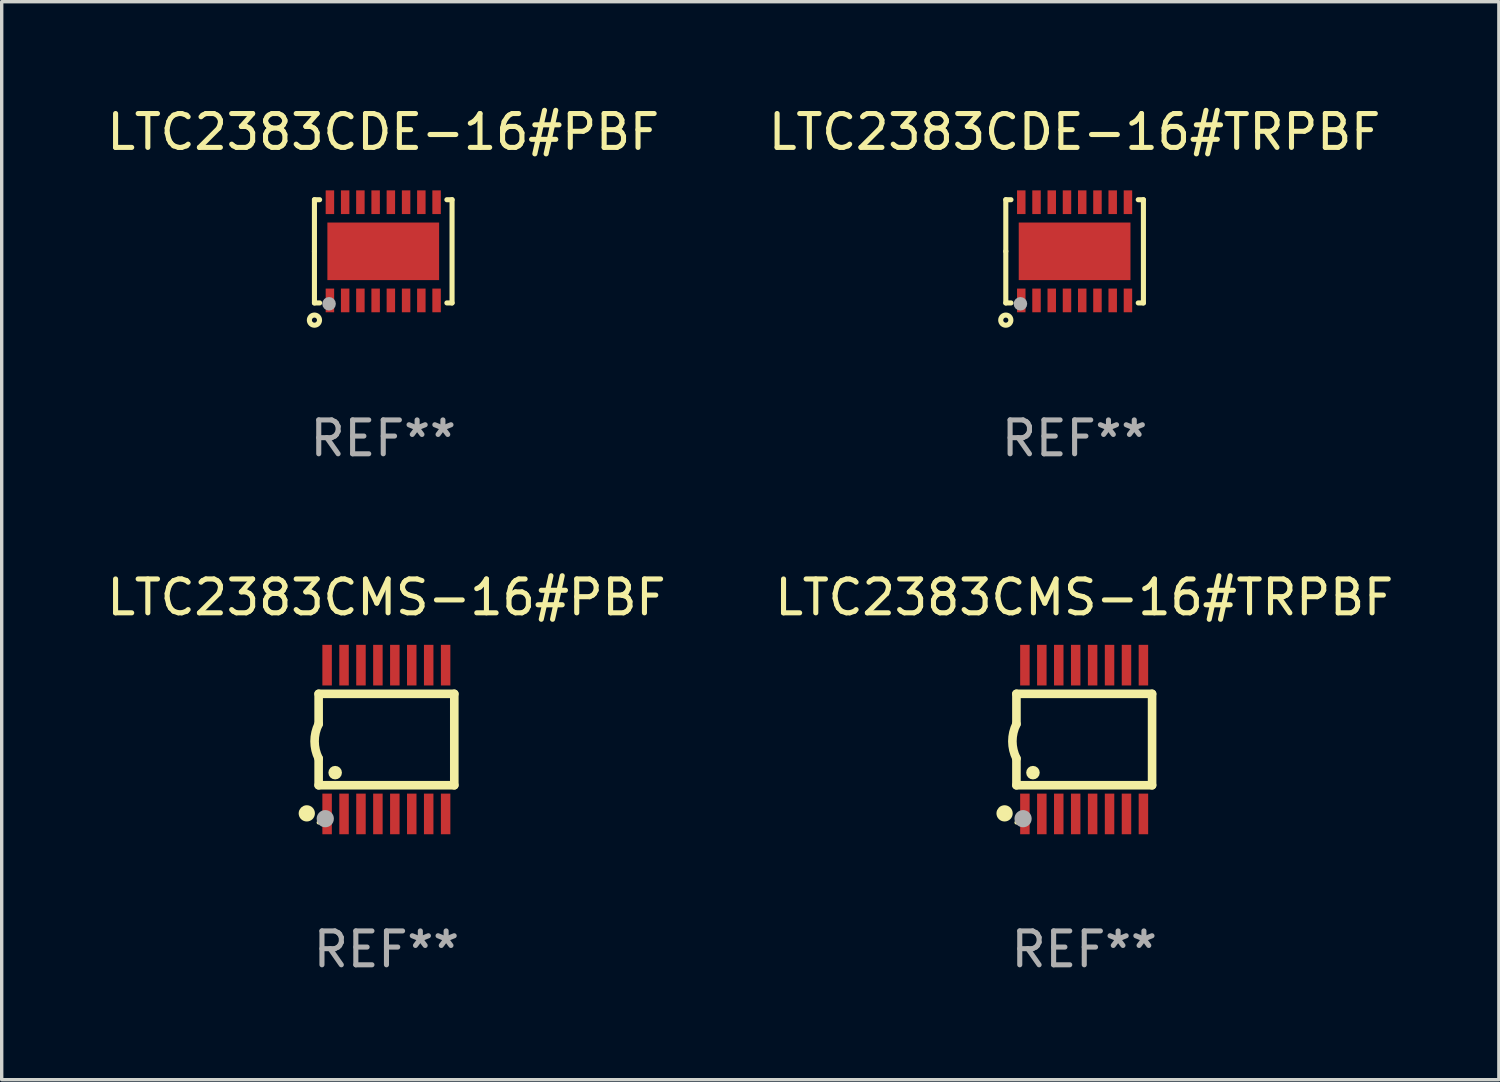
<source format=kicad_pcb>
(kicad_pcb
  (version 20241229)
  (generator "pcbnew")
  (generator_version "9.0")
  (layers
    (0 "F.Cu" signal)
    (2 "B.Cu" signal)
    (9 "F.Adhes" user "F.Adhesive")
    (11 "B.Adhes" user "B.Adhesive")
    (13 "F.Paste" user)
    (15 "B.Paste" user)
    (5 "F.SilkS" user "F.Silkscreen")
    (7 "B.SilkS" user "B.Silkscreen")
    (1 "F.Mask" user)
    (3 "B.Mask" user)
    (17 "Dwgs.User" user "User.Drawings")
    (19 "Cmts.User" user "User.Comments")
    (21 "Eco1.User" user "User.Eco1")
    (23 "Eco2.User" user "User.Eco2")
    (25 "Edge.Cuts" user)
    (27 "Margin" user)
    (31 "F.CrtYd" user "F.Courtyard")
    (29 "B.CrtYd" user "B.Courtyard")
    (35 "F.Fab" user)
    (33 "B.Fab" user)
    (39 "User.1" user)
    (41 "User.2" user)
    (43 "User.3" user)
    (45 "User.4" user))
  (footprint "LTC2383CMS-16#TRPBF"
    (layer "F.Cu")
    (at 28.97 18.79)
    (property "Reference" "LTC2383CMS-16#TRPBF" (at 0 -4.197 0) (layer "F.SilkS") (effects (font (size 1 1) (thickness 0.15))))
    (attr through_hole)
    (fp_line (start -2.003 -1.35) (end -2.003 -0.457) (stroke (width 0.254) (type solid)) (layer "F.SilkS"))
    (fp_line (start -2.003 -1.35) (end 2.003 -1.35) (stroke (width 0.254) (type solid)) (layer "F.SilkS"))
    (fp_line (start -2.003 1.35) (end -2.003 0.559) (stroke (width 0.254) (type solid)) (layer "F.SilkS"))
    (fp_line (start -2.003 1.35) (end 2.003 1.35) (stroke (width 0.254) (type solid)) (layer "F.SilkS"))
    (fp_line (start 2.003 -1.35) (end 2.003 1.35) (stroke (width 0.254) (type solid)) (layer "F.SilkS"))
    (fp_arc (start -2.002286 0.558802) (mid -2.122556 0.05092) (end -2.003302 -0.457201) (stroke (width 0.254001) (type solid)) (layer "F.SilkS"))
    (fp_circle (center -2.353 2.18) (end -2.233 2.18) (stroke (width 0.24) (type solid)) (fill no) (layer "F.SilkS"))
    (fp_circle (center -2.003 2.45) (end -1.973 2.45) (stroke (width 0.06) (type solid)) (fill no) (layer "F.SilkS"))
    (fp_circle (center -1.515 0.978) (end -1.415 0.978) (stroke (width 0.2) (type solid)) (fill no) (layer "F.SilkS"))
    (fp_circle (center -1.807 2.337) (end -1.68 2.337) (stroke (width 0.254) (type solid)) (fill no) (layer "F.Fab"))
    (fp_text user "REF**" (at 0 6.197 0) (layer "F.Fab") (effects (font (size 1 1) (thickness 0.15))))
    (pad "1" smd rect (at -1.753 2.197 90) (size 1.2 0.28) (layers "F.Cu" "F.Mask" "F.Paste"))
    (pad "2" smd rect (at -1.253 2.197 90) (size 1.2 0.28) (layers "F.Cu" "F.Mask" "F.Paste"))
    (pad "3" smd rect (at -0.753 2.197 90) (size 1.2 0.28) (layers "F.Cu" "F.Mask" "F.Paste"))
    (pad "4" smd rect (at -0.253 2.197 90) (size 1.2 0.28) (layers "F.Cu" "F.Mask" "F.Paste"))
    (pad "5" smd rect (at 0.247 2.197 90) (size 1.2 0.28) (layers "F.Cu" "F.Mask" "F.Paste"))
    (pad "6" smd rect (at 0.747 2.197 90) (size 1.2 0.28) (layers "F.Cu" "F.Mask" "F.Paste"))
    (pad "7" smd rect (at 1.247 2.197 90) (size 1.2 0.28) (layers "F.Cu" "F.Mask" "F.Paste"))
    (pad "8" smd rect (at 1.747 2.197 90) (size 1.2 0.28) (layers "F.Cu" "F.Mask" "F.Paste"))
    (pad "9" smd rect (at 1.747 -2.197 90) (size 1.2 0.28) (layers "F.Cu" "F.Mask" "F.Paste"))
    (pad "10" smd rect (at 1.247 -2.197 90) (size 1.2 0.28) (layers "F.Cu" "F.Mask" "F.Paste"))
    (pad "11" smd rect (at 0.747 -2.197 90) (size 1.2 0.28) (layers "F.Cu" "F.Mask" "F.Paste"))
    (pad "12" smd rect (at 0.247 -2.197 90) (size 1.2 0.28) (layers "F.Cu" "F.Mask" "F.Paste"))
    (pad "13" smd rect (at -0.253 -2.197 90) (size 1.2 0.28) (layers "F.Cu" "F.Mask" "F.Paste"))
    (pad "14" smd rect (at -0.753 -2.197 90) (size 1.2 0.28) (layers "F.Cu" "F.Mask" "F.Paste"))
    (pad "15" smd rect (at -1.253 -2.197 90) (size 1.2 0.28) (layers "F.Cu" "F.Mask" "F.Paste"))
    (pad "16" smd rect (at -1.753 -2.197 90) (size 1.2 0.28) (layers "F.Cu" "F.Mask" "F.Paste")))
  (footprint "LTC2383CDE-16#PBF"
    (layer "F.Cu")
    (at 8.268 4.372)
    (property "Reference" "LTC2383CDE-16#PBF" (at 0 -3.524 0) (layer "F.SilkS") (effects (font (size 1 1) (thickness 0.15))))
    (attr through_hole)
    (fp_line (start -2.032 -1.524) (end -1.879 -1.524) (stroke (width 0.15) (type solid)) (layer "F.SilkS"))
    (fp_line (start -2.032 0) (end -2.032 -1.524) (stroke (width 0.15) (type solid)) (layer "F.SilkS"))
    (fp_line (start -2.032 1.524) (end -2.032 0) (stroke (width 0.15) (type solid)) (layer "F.SilkS"))
    (fp_line (start -1.879 1.524) (end -2.032 1.524) (stroke (width 0.15) (type solid)) (layer "F.SilkS"))
    (fp_line (start 1.879 -1.524) (end 2.032 -1.524) (stroke (width 0.15) (type solid)) (layer "F.SilkS"))
    (fp_line (start 2.032 -1.524) (end 2.032 1.524) (stroke (width 0.15) (type solid)) (layer "F.SilkS"))
    (fp_line (start 2.032 1.524) (end 1.879 1.524) (stroke (width 0.15) (type solid)) (layer "F.SilkS"))
    (fp_circle (center -2.032 2.032) (end -1.882 2.032) (stroke (width 0.15) (type solid)) (fill no) (layer "F.SilkS"))
    (fp_circle (center -2 1.5) (end -1.97 1.5) (stroke (width 0.06) (type solid)) (fill no) (layer "F.SilkS"))
    (fp_circle (center -1.6 1.55) (end -1.5 1.55) (stroke (width 0.2) (type solid)) (fill no) (layer "F.Fab"))
    (fp_text user "REF**" (at 0 5.524 0) (layer "F.Fab") (effects (font (size 1 1) (thickness 0.15))))
    (pad "1" smd rect (at -1.575 1.45 90) (size 0.7 0.25) (layers "F.Cu" "F.Mask" "F.Paste"))
    (pad "2" smd rect (at -1.125 1.45 90) (size 0.7 0.25) (layers "F.Cu" "F.Mask" "F.Paste"))
    (pad "3" smd rect (at -0.675 1.45 90) (size 0.7 0.25) (layers "F.Cu" "F.Mask" "F.Paste"))
    (pad "4" smd rect (at -0.225 1.45 90) (size 0.7 0.25) (layers "F.Cu" "F.Mask" "F.Paste"))
    (pad "5" smd rect (at 0.225 1.45 90) (size 0.7 0.25) (layers "F.Cu" "F.Mask" "F.Paste"))
    (pad "6" smd rect (at 0.675 1.45 90) (size 0.7 0.25) (layers "F.Cu" "F.Mask" "F.Paste"))
    (pad "7" smd rect (at 1.125 1.45 90) (size 0.7 0.25) (layers "F.Cu" "F.Mask" "F.Paste"))
    (pad "8" smd rect (at 1.575 1.45 90) (size 0.7 0.25) (layers "F.Cu" "F.Mask" "F.Paste"))
    (pad "9" smd rect (at 1.575 -1.45 90) (size 0.7 0.25) (layers "F.Cu" "F.Mask" "F.Paste"))
    (pad "10" smd rect (at 1.125 -1.45 90) (size 0.7 0.25) (layers "F.Cu" "F.Mask" "F.Paste"))
    (pad "11" smd rect (at 0.675 -1.45 90) (size 0.7 0.25) (layers "F.Cu" "F.Mask" "F.Paste"))
    (pad "12" smd rect (at 0.225 -1.45 90) (size 0.7 0.25) (layers "F.Cu" "F.Mask" "F.Paste"))
    (pad "13" smd rect (at -0.225 -1.45 90) (size 0.7 0.25) (layers "F.Cu" "F.Mask" "F.Paste"))
    (pad "14" smd rect (at -0.675 -1.45 90) (size 0.7 0.25) (layers "F.Cu" "F.Mask" "F.Paste"))
    (pad "15" smd rect (at -1.125 -1.45 90) (size 0.7 0.25) (layers "F.Cu" "F.Mask" "F.Paste"))
    (pad "16" smd rect (at -1.575 -1.45 90) (size 0.7 0.25) (layers "F.Cu" "F.Mask" "F.Paste"))
    (pad "17" smd rect (at 0.000127 0 90) (size 1.7 3.3) (layers "F.Cu" "F.Mask" "F.Paste")))
  (footprint "LTC2383CMS-16#PBF"
    (layer "F.Cu")
    (at 8.363 18.79)
    (property "Reference" "LTC2383CMS-16#PBF" (at 0 -4.197 0) (layer "F.SilkS") (effects (font (size 1 1) (thickness 0.15))))
    (attr through_hole)
    (fp_line (start -2.003 -1.35) (end -2.003 -0.457) (stroke (width 0.254) (type solid)) (layer "F.SilkS"))
    (fp_line (start -2.003 -1.35) (end 2.003 -1.35) (stroke (width 0.254) (type solid)) (layer "F.SilkS"))
    (fp_line (start -2.003 1.35) (end -2.003 0.559) (stroke (width 0.254) (type solid)) (layer "F.SilkS"))
    (fp_line (start -2.003 1.35) (end 2.003 1.35) (stroke (width 0.254) (type solid)) (layer "F.SilkS"))
    (fp_line (start 2.003 -1.35) (end 2.003 1.35) (stroke (width 0.254) (type solid)) (layer "F.SilkS"))
    (fp_arc (start -2.002286 0.558802) (mid -2.122556 0.05092) (end -2.003302 -0.457201) (stroke (width 0.254001) (type solid)) (layer "F.SilkS"))
    (fp_circle (center -2.353 2.18) (end -2.233 2.18) (stroke (width 0.24) (type solid)) (fill no) (layer "F.SilkS"))
    (fp_circle (center -2.003 2.45) (end -1.973 2.45) (stroke (width 0.06) (type solid)) (fill no) (layer "F.SilkS"))
    (fp_circle (center -1.515 0.978) (end -1.415 0.978) (stroke (width 0.2) (type solid)) (fill no) (layer "F.SilkS"))
    (fp_circle (center -1.807 2.337) (end -1.68 2.337) (stroke (width 0.254) (type solid)) (fill no) (layer "F.Fab"))
    (fp_text user "REF**" (at 0 6.197 0) (layer "F.Fab") (effects (font (size 1 1) (thickness 0.15))))
    (pad "1" smd rect (at -1.753 2.197 90) (size 1.2 0.28) (layers "F.Cu" "F.Mask" "F.Paste"))
    (pad "2" smd rect (at -1.253 2.197 90) (size 1.2 0.28) (layers "F.Cu" "F.Mask" "F.Paste"))
    (pad "3" smd rect (at -0.753 2.197 90) (size 1.2 0.28) (layers "F.Cu" "F.Mask" "F.Paste"))
    (pad "4" smd rect (at -0.253 2.197 90) (size 1.2 0.28) (layers "F.Cu" "F.Mask" "F.Paste"))
    (pad "5" smd rect (at 0.247 2.197 90) (size 1.2 0.28) (layers "F.Cu" "F.Mask" "F.Paste"))
    (pad "6" smd rect (at 0.747 2.197 90) (size 1.2 0.28) (layers "F.Cu" "F.Mask" "F.Paste"))
    (pad "7" smd rect (at 1.247 2.197 90) (size 1.2 0.28) (layers "F.Cu" "F.Mask" "F.Paste"))
    (pad "8" smd rect (at 1.747 2.197 90) (size 1.2 0.28) (layers "F.Cu" "F.Mask" "F.Paste"))
    (pad "9" smd rect (at 1.747 -2.197 90) (size 1.2 0.28) (layers "F.Cu" "F.Mask" "F.Paste"))
    (pad "10" smd rect (at 1.247 -2.197 90) (size 1.2 0.28) (layers "F.Cu" "F.Mask" "F.Paste"))
    (pad "11" smd rect (at 0.747 -2.197 90) (size 1.2 0.28) (layers "F.Cu" "F.Mask" "F.Paste"))
    (pad "12" smd rect (at 0.247 -2.197 90) (size 1.2 0.28) (layers "F.Cu" "F.Mask" "F.Paste"))
    (pad "13" smd rect (at -0.253 -2.197 90) (size 1.2 0.28) (layers "F.Cu" "F.Mask" "F.Paste"))
    (pad "14" smd rect (at -0.753 -2.197 90) (size 1.2 0.28) (layers "F.Cu" "F.Mask" "F.Paste"))
    (pad "15" smd rect (at -1.253 -2.197 90) (size 1.2 0.28) (layers "F.Cu" "F.Mask" "F.Paste"))
    (pad "16" smd rect (at -1.753 -2.197 90) (size 1.2 0.28) (layers "F.Cu" "F.Mask" "F.Paste")))
  (footprint "LTC2383CDE-16#TRPBF"
    (layer "F.Cu")
    (at 28.685 4.372)
    (property "Reference" "LTC2383CDE-16#TRPBF" (at 0 -3.524 0) (layer "F.SilkS") (effects (font (size 1 1) (thickness 0.15))))
    (attr through_hole)
    (fp_line (start -2.032 -1.524) (end -1.879 -1.524) (stroke (width 0.15) (type solid)) (layer "F.SilkS"))
    (fp_line (start -2.032 0) (end -2.032 -1.524) (stroke (width 0.15) (type solid)) (layer "F.SilkS"))
    (fp_line (start -2.032 1.524) (end -2.032 0) (stroke (width 0.15) (type solid)) (layer "F.SilkS"))
    (fp_line (start -1.879 1.524) (end -2.032 1.524) (stroke (width 0.15) (type solid)) (layer "F.SilkS"))
    (fp_line (start 1.879 -1.524) (end 2.032 -1.524) (stroke (width 0.15) (type solid)) (layer "F.SilkS"))
    (fp_line (start 2.032 -1.524) (end 2.032 1.524) (stroke (width 0.15) (type solid)) (layer "F.SilkS"))
    (fp_line (start 2.032 1.524) (end 1.879 1.524) (stroke (width 0.15) (type solid)) (layer "F.SilkS"))
    (fp_circle (center -2.032 2.032) (end -1.882 2.032) (stroke (width 0.15) (type solid)) (fill no) (layer "F.SilkS"))
    (fp_circle (center -2 1.5) (end -1.97 1.5) (stroke (width 0.06) (type solid)) (fill no) (layer "F.SilkS"))
    (fp_circle (center -1.6 1.55) (end -1.5 1.55) (stroke (width 0.2) (type solid)) (fill no) (layer "F.Fab"))
    (fp_text user "REF**" (at 0 5.524 0) (layer "F.Fab") (effects (font (size 1 1) (thickness 0.15))))
    (pad "1" smd rect (at -1.575 1.45 90) (size 0.7 0.25) (layers "F.Cu" "F.Mask" "F.Paste"))
    (pad "2" smd rect (at -1.125 1.45 90) (size 0.7 0.25) (layers "F.Cu" "F.Mask" "F.Paste"))
    (pad "3" smd rect (at -0.675 1.45 90) (size 0.7 0.25) (layers "F.Cu" "F.Mask" "F.Paste"))
    (pad "4" smd rect (at -0.225 1.45 90) (size 0.7 0.25) (layers "F.Cu" "F.Mask" "F.Paste"))
    (pad "5" smd rect (at 0.225 1.45 90) (size 0.7 0.25) (layers "F.Cu" "F.Mask" "F.Paste"))
    (pad "6" smd rect (at 0.675 1.45 90) (size 0.7 0.25) (layers "F.Cu" "F.Mask" "F.Paste"))
    (pad "7" smd rect (at 1.125 1.45 90) (size 0.7 0.25) (layers "F.Cu" "F.Mask" "F.Paste"))
    (pad "8" smd rect (at 1.575 1.45 90) (size 0.7 0.25) (layers "F.Cu" "F.Mask" "F.Paste"))
    (pad "9" smd rect (at 1.575 -1.45 90) (size 0.7 0.25) (layers "F.Cu" "F.Mask" "F.Paste"))
    (pad "10" smd rect (at 1.125 -1.45 90) (size 0.7 0.25) (layers "F.Cu" "F.Mask" "F.Paste"))
    (pad "11" smd rect (at 0.675 -1.45 90) (size 0.7 0.25) (layers "F.Cu" "F.Mask" "F.Paste"))
    (pad "12" smd rect (at 0.225 -1.45 90) (size 0.7 0.25) (layers "F.Cu" "F.Mask" "F.Paste"))
    (pad "13" smd rect (at -0.225 -1.45 90) (size 0.7 0.25) (layers "F.Cu" "F.Mask" "F.Paste"))
    (pad "14" smd rect (at -0.675 -1.45 90) (size 0.7 0.25) (layers "F.Cu" "F.Mask" "F.Paste"))
    (pad "15" smd rect (at -1.125 -1.45 90) (size 0.7 0.25) (layers "F.Cu" "F.Mask" "F.Paste"))
    (pad "16" smd rect (at -1.575 -1.45 90) (size 0.7 0.25) (layers "F.Cu" "F.Mask" "F.Paste"))
    (pad "17" smd rect (at 0.000127 0 90) (size 1.7 3.3) (layers "F.Cu" "F.Mask" "F.Paste")))
  (gr_rect
    (start -3 -3)
    (end 41.214 28.835)
    (stroke (width 0.1) (type default))
    (fill no)
    (layer "Edge.Cuts")))
</source>
